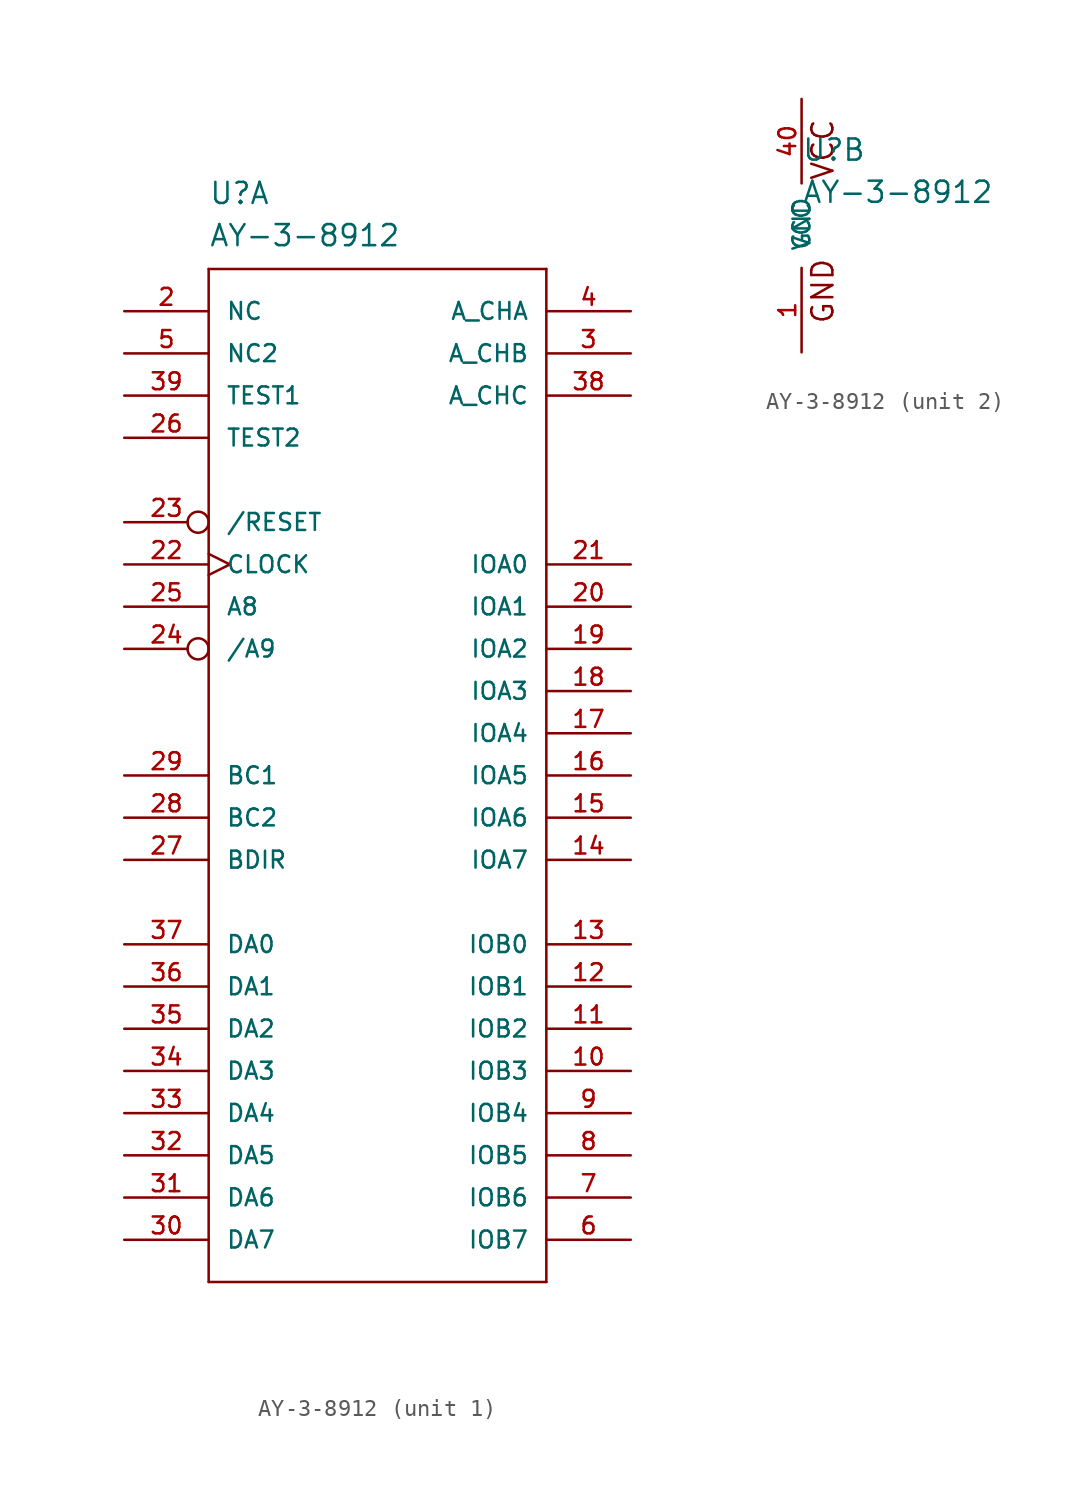
<source format=kicad_sym>
(kicad_symbol_lib
  (version 20211014)
  (generator kicad_symbol_editor)
  (symbol "AY-3-8912"
    (pin_names
      (offset 1.016))
    (property "Reference" "U"
      (at 0 3.81 0)
      (effects (font (size 1.27 1.27)) (justify left bottom)))
    (property "Value" "AY-3-8912"
      (at 0 1.27 0)
      (effects (font (size 1.27 1.27)) (justify left bottom)))
    (property "ki_locked" ""
      (at 0 0 0)
      (effects (font (size 1.27 1.27))))
    (symbol "AY-3-8912_1_0"
      (polyline (pts (xy 0 -60.96) (xy 0 0)) (stroke (width 0) (type default) (color 0 0 0 0)) (fill (type none)))
      (polyline (pts (xy 0 0) (xy 20.32 0)) (stroke (width 0) (type default) (color 0 0 0 0)) (fill (type none)))
      (polyline (pts (xy 20.32 -60.96) (xy 0 -60.96)) (stroke (width 0) (type default) (color 0 0 0 0)) (fill (type none)))
      (polyline (pts (xy 20.32 0) (xy 20.32 -60.96)) (stroke (width 0) (type default) (color 0 0 0 0)) (fill (type none))))
    (symbol "AY-3-8912_1_1"
      (pin bidirectional line (at 25.4 -48.26 180) (length 5.08) (name "IOB3" (effects (font (size 1.016 1.016)))) (number "10" (effects (font (size 1.016 1.016)))))
      (pin bidirectional line (at 25.4 -45.72 180) (length 5.08) (name "IOB2" (effects (font (size 1.016 1.016)))) (number "11" (effects (font (size 1.016 1.016)))))
      (pin bidirectional line (at 25.4 -43.18 180) (length 5.08) (name "IOB1" (effects (font (size 1.016 1.016)))) (number "12" (effects (font (size 1.016 1.016)))))
      (pin bidirectional line (at 25.4 -40.64 180) (length 5.08) (name "IOB0" (effects (font (size 1.016 1.016)))) (number "13" (effects (font (size 1.016 1.016)))))
      (pin bidirectional line (at 25.4 -35.56 180) (length 5.08) (name "IOA7" (effects (font (size 1.016 1.016)))) (number "14" (effects (font (size 1.016 1.016)))))
      (pin bidirectional line (at 25.4 -33.02 180) (length 5.08) (name "IOA6" (effects (font (size 1.016 1.016)))) (number "15" (effects (font (size 1.016 1.016)))))
      (pin bidirectional line (at 25.4 -30.48 180) (length 5.08) (name "IOA5" (effects (font (size 1.016 1.016)))) (number "16" (effects (font (size 1.016 1.016)))))
      (pin bidirectional line (at 25.4 -27.94 180) (length 5.08) (name "IOA4" (effects (font (size 1.016 1.016)))) (number "17" (effects (font (size 1.016 1.016)))))
      (pin bidirectional line (at 25.4 -25.4 180) (length 5.08) (name "IOA3" (effects (font (size 1.016 1.016)))) (number "18" (effects (font (size 1.016 1.016)))))
      (pin bidirectional line (at 25.4 -22.86 180) (length 5.08) (name "IOA2" (effects (font (size 1.016 1.016)))) (number "19" (effects (font (size 1.016 1.016)))))
      (pin unspecified line (at -5.08 -2.54 0) (length 5.08) (name "NC" (effects (font (size 1.016 1.016)))) (number "2" (effects (font (size 1.016 1.016)))))
      (pin bidirectional line (at 25.4 -20.32 180) (length 5.08) (name "IOA1" (effects (font (size 1.016 1.016)))) (number "20" (effects (font (size 1.016 1.016)))))
      (pin bidirectional line (at 25.4 -17.78 180) (length 5.08) (name "IOA0" (effects (font (size 1.016 1.016)))) (number "21" (effects (font (size 1.016 1.016)))))
      (pin input clock (at -5.08 -17.78 0) (length 5.08) (name "CLOCK" (effects (font (size 1.016 1.016)))) (number "22" (effects (font (size 1.016 1.016)))))
      (pin input inverted (at -5.08 -15.24 0) (length 5.08) (name "/RESET" (effects (font (size 1.016 1.016)))) (number "23" (effects (font (size 1.016 1.016)))))
      (pin input inverted (at -5.08 -22.86 0) (length 5.08) (name "/A9" (effects (font (size 1.016 1.016)))) (number "24" (effects (font (size 1.016 1.016)))))
      (pin input line (at -5.08 -20.32 0) (length 5.08) (name "A8" (effects (font (size 1.016 1.016)))) (number "25" (effects (font (size 1.016 1.016)))))
      (pin input line (at -5.08 -10.16 0) (length 5.08) (name "TEST2" (effects (font (size 1.016 1.016)))) (number "26" (effects (font (size 1.016 1.016)))))
      (pin input line (at -5.08 -35.56 0) (length 5.08) (name "BDIR" (effects (font (size 1.016 1.016)))) (number "27" (effects (font (size 1.016 1.016)))))
      (pin input line (at -5.08 -33.02 0) (length 5.08) (name "BC2" (effects (font (size 1.016 1.016)))) (number "28" (effects (font (size 1.016 1.016)))))
      (pin input line (at -5.08 -30.48 0) (length 5.08) (name "BC1" (effects (font (size 1.016 1.016)))) (number "29" (effects (font (size 1.016 1.016)))))
      (pin output line (at 25.4 -5.08 180) (length 5.08) (name "A_CHB" (effects (font (size 1.016 1.016)))) (number "3" (effects (font (size 1.016 1.016)))))
      (pin bidirectional line (at -5.08 -58.42 0) (length 5.08) (name "DA7" (effects (font (size 1.016 1.016)))) (number "30" (effects (font (size 1.016 1.016)))))
      (pin bidirectional line (at -5.08 -55.88 0) (length 5.08) (name "DA6" (effects (font (size 1.016 1.016)))) (number "31" (effects (font (size 1.016 1.016)))))
      (pin bidirectional line (at -5.08 -53.34 0) (length 5.08) (name "DA5" (effects (font (size 1.016 1.016)))) (number "32" (effects (font (size 1.016 1.016)))))
      (pin bidirectional line (at -5.08 -50.8 0) (length 5.08) (name "DA4" (effects (font (size 1.016 1.016)))) (number "33" (effects (font (size 1.016 1.016)))))
      (pin bidirectional line (at -5.08 -48.26 0) (length 5.08) (name "DA3" (effects (font (size 1.016 1.016)))) (number "34" (effects (font (size 1.016 1.016)))))
      (pin bidirectional line (at -5.08 -45.72 0) (length 5.08) (name "DA2" (effects (font (size 1.016 1.016)))) (number "35" (effects (font (size 1.016 1.016)))))
      (pin bidirectional line (at -5.08 -43.18 0) (length 5.08) (name "DA1" (effects (font (size 1.016 1.016)))) (number "36" (effects (font (size 1.016 1.016)))))
      (pin bidirectional line (at -5.08 -40.64 0) (length 5.08) (name "DA0" (effects (font (size 1.016 1.016)))) (number "37" (effects (font (size 1.016 1.016)))))
      (pin output line (at 25.4 -7.62 180) (length 5.08) (name "A_CHC" (effects (font (size 1.016 1.016)))) (number "38" (effects (font (size 1.016 1.016)))))
      (pin input line (at -5.08 -7.62 0) (length 5.08) (name "TEST1" (effects (font (size 1.016 1.016)))) (number "39" (effects (font (size 1.016 1.016)))))
      (pin output line (at 25.4 -2.54 180) (length 5.08) (name "A_CHA" (effects (font (size 1.016 1.016)))) (number "4" (effects (font (size 1.016 1.016)))))
      (pin unspecified line (at -5.08 -5.08 0) (length 5.08) (name "NC2" (effects (font (size 1.016 1.016)))) (number "5" (effects (font (size 1.016 1.016)))))
      (pin bidirectional line (at 25.4 -58.42 180) (length 5.08) (name "IOB7" (effects (font (size 1.016 1.016)))) (number "6" (effects (font (size 1.016 1.016)))))
      (pin bidirectional line (at 25.4 -55.88 180) (length 5.08) (name "IOB6" (effects (font (size 1.016 1.016)))) (number "7" (effects (font (size 1.016 1.016)))))
      (pin bidirectional line (at 25.4 -53.34 180) (length 5.08) (name "IOB5" (effects (font (size 1.016 1.016)))) (number "8" (effects (font (size 1.016 1.016)))))
      (pin bidirectional line (at 25.4 -50.8 180) (length 5.08) (name "IOB4" (effects (font (size 1.016 1.016)))) (number "9" (effects (font (size 1.016 1.016))))))
    (symbol "AY-3-8912_2_0"
      (text "GND" (at 1.27 -3.937 1) (effects (font (size 1.27 1.27))))
      (text "VCC" (at 1.27 4.572 1) (effects (font (size 1.27 1.27)))))
    (symbol "AY-3-8912_2_1"
      (pin power_in line (at 0 -7.62 90) (length 5.08) (name "GND" (effects (font (size 1.016 1.016)))) (number "1" (effects (font (size 1.016 1.016)))))
      (pin power_in line (at 0 7.62 270) (length 5.08) (name "VCC" (effects (font (size 1.016 1.016)))) (number "40" (effects (font (size 1.016 1.016))))))))
</source>
